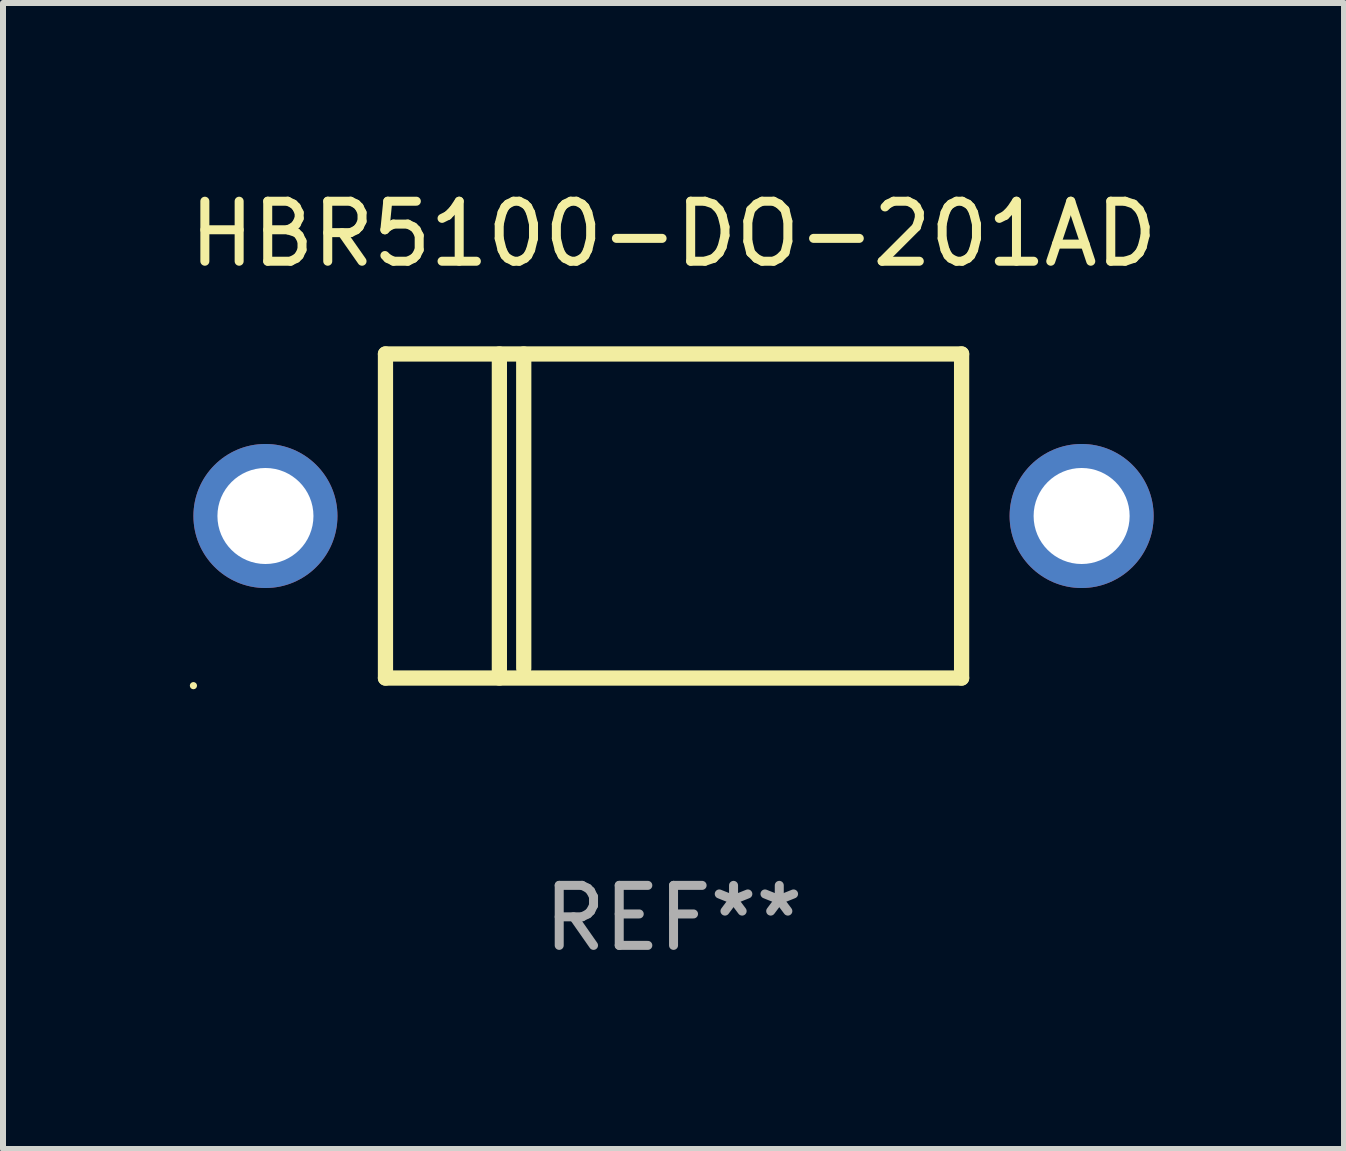
<source format=kicad_pcb>
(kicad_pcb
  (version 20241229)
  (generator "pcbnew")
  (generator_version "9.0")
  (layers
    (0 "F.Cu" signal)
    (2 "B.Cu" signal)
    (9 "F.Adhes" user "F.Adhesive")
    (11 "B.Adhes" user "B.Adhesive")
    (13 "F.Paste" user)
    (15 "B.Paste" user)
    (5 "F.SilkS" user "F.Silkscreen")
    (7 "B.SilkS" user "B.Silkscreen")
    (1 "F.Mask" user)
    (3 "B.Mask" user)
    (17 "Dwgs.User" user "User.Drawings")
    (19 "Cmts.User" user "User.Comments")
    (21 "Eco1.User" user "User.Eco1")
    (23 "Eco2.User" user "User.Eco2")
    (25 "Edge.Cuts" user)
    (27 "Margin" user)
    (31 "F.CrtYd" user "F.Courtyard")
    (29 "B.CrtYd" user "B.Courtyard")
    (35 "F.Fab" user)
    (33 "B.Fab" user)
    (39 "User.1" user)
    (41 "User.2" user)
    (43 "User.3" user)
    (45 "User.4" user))
  (footprint "HBR5100-DO-201AD"
    (layer "F.Cu")
    (at 8.173 5.548)
    (property "Reference" "HBR5100-DO-201AD" (at 0 -4.7 0) (layer "F.SilkS") (effects (font (size 1 1) (thickness 0.15))))
    (attr through_hole)
    (fp_line (start -4.8 -2.7) (end -4.8 2.7) (stroke (width 0.254) (type solid)) (layer "F.SilkS"))
    (fp_line (start -4.8 -2.7) (end 4.8 -2.7) (stroke (width 0.254) (type solid)) (layer "F.SilkS"))
    (fp_line (start -2.902 -2.7) (end -2.902 2.7) (stroke (width 0.254) (type solid)) (layer "F.SilkS"))
    (fp_line (start -2.496 -2.7) (end -2.496 2.54) (stroke (width 0.254) (type solid)) (layer "F.SilkS"))
    (fp_line (start 4.8 -2.7) (end 4.8 2.7) (stroke (width 0.254) (type solid)) (layer "F.SilkS"))
    (fp_line (start 4.8 2.7) (end -4.8 2.7) (stroke (width 0.254) (type solid)) (layer "F.SilkS"))
    (fp_circle (center -8 2.827) (end -7.97 2.827) (stroke (width 0.06) (type solid)) (fill no) (layer "F.SilkS"))
    (fp_text user "REF**" (at 0 6.7 0) (layer "F.Fab") (effects (font (size 1 1) (thickness 0.15))))
    (pad "1" thru_hole circle (at -6.8 0) (size 2.4 2.4) (drill 1.6) (layers "*.Cu" "*.Mask"))
    (pad "2" thru_hole circle (at 6.8 0) (size 2.4 2.4) (drill 1.6) (layers "*.Cu" "*.Mask")))
  (gr_rect
    (start -3 -3)
    (end 19.345 16.096)
    (stroke (width 0.1) (type default))
    (fill no)
    (layer "Edge.Cuts")))
</source>
